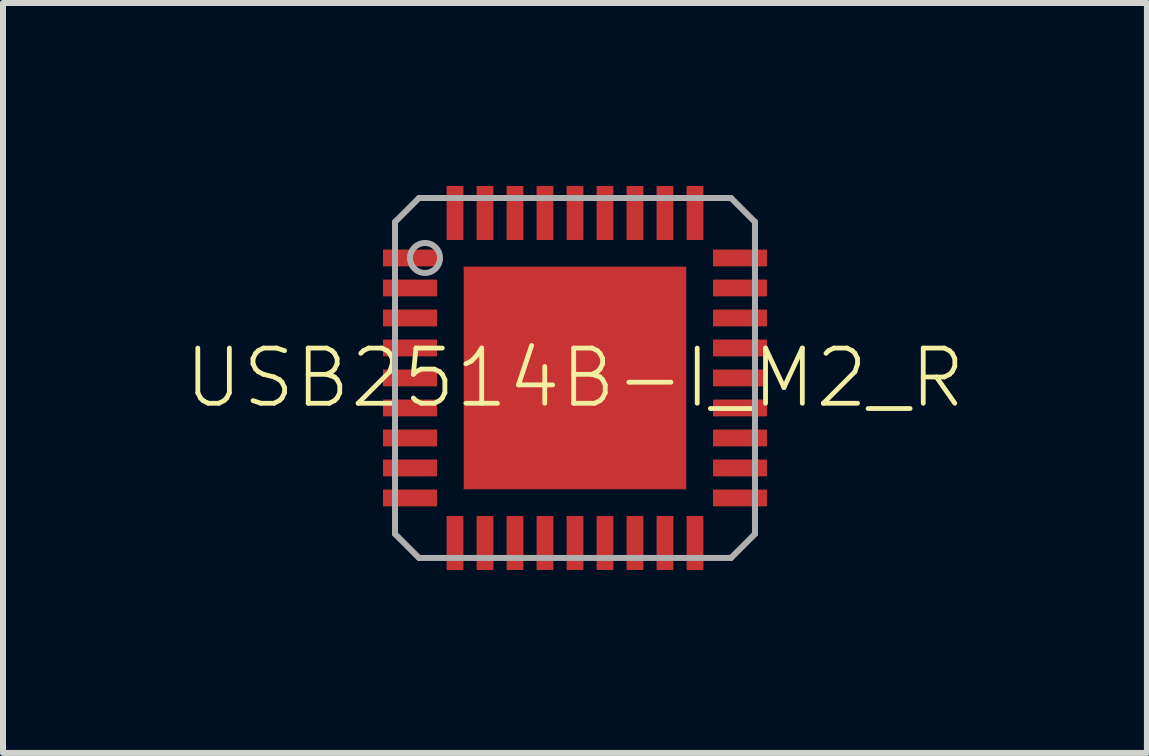
<source format=kicad_pcb>
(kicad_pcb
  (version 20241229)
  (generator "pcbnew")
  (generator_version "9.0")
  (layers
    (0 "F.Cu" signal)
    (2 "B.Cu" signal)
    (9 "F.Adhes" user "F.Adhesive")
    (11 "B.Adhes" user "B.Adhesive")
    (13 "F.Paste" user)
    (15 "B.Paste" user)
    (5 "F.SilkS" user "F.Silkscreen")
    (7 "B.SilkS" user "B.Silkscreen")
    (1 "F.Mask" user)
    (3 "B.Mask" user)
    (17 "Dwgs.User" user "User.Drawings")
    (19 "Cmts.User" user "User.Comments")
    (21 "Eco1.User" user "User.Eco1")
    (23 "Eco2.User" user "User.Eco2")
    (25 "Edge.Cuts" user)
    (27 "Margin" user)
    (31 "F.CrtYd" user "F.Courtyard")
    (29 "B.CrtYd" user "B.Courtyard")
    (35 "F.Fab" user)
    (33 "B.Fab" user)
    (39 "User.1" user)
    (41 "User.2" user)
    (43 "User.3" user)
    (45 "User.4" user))
  (footprint "USB2514B-I_M2_R"
    (layer "F.Cu")
    (at 6.534 3.25)
    (property "Reference" "USB2514B-I_M2_R" (at 0 0 0) (unlocked yes) (layer "F.SilkS") (effects (font (size 0.92 0.92) (thickness 0.08))))
    (fp_line (start -1.85 -1.85) (end -1.85 1.85) (stroke (width 0.01) (type solid)) (layer "F.Cu"))
    (fp_line (start -1.85 1.85) (end 1.85 1.85) (stroke (width 0.01) (type solid)) (layer "F.Cu"))
    (fp_line (start 1.85 -1.85) (end -1.85 -1.85) (stroke (width 0.01) (type solid)) (layer "F.Cu"))
    (fp_line (start 1.85 1.85) (end 1.85 -1.85) (stroke (width 0.01) (type solid)) (layer "F.Cu"))
    (fp_poly (pts (xy -3.25 -1.81) (xy -2.25 -1.81) (xy -2.25 -2.19) (xy -3.25 -2.19)) (stroke (width 0) (type default)) (fill yes) (layer "F.Mask"))
    (fp_poly (pts (xy -3.25 -1.31) (xy -2.25 -1.31) (xy -2.25 -1.69) (xy -3.25 -1.69)) (stroke (width 0) (type default)) (fill yes) (layer "F.Mask"))
    (fp_poly (pts (xy -3.25 -0.81) (xy -2.25 -0.81) (xy -2.25 -1.19) (xy -3.25 -1.19)) (stroke (width 0) (type default)) (fill yes) (layer "F.Mask"))
    (fp_poly (pts (xy -3.25 -0.31) (xy -2.25 -0.31) (xy -2.25 -0.69) (xy -3.25 -0.69)) (stroke (width 0) (type default)) (fill yes) (layer "F.Mask"))
    (fp_poly (pts (xy -3.25 0.19) (xy -2.25 0.19) (xy -2.25 -0.19) (xy -3.25 -0.19)) (stroke (width 0) (type default)) (fill yes) (layer "F.Mask"))
    (fp_poly (pts (xy -3.25 0.69) (xy -2.25 0.69) (xy -2.25 0.31) (xy -3.25 0.31)) (stroke (width 0) (type default)) (fill yes) (layer "F.Mask"))
    (fp_poly (pts (xy -3.25 1.19) (xy -2.25 1.19) (xy -2.25 0.81) (xy -3.25 0.81)) (stroke (width 0) (type default)) (fill yes) (layer "F.Mask"))
    (fp_poly (pts (xy -3.25 1.69) (xy -2.25 1.69) (xy -2.25 1.31) (xy -3.25 1.31)) (stroke (width 0) (type default)) (fill yes) (layer "F.Mask"))
    (fp_poly (pts (xy -3.25 2.19) (xy -2.25 2.19) (xy -2.25 1.81) (xy -3.25 1.81)) (stroke (width 0) (type default)) (fill yes) (layer "F.Mask"))
    (fp_poly (pts (xy -1.81 -2.25) (xy -1.81 -3.25) (xy -2.19 -3.25) (xy -2.19 -2.25)) (stroke (width 0) (type default)) (fill yes) (layer "F.Mask"))
    (fp_poly (pts (xy -1.81 3.25) (xy -1.81 2.25) (xy -2.19 2.25) (xy -2.19 3.25)) (stroke (width 0) (type default)) (fill yes) (layer "F.Mask"))
    (fp_poly (pts (xy -1.31 -2.25) (xy -1.31 -3.25) (xy -1.69 -3.25) (xy -1.69 -2.25)) (stroke (width 0) (type default)) (fill yes) (layer "F.Mask"))
    (fp_poly (pts (xy -1.31 3.25) (xy -1.31 2.25) (xy -1.69 2.25) (xy -1.69 3.25)) (stroke (width 0) (type default)) (fill yes) (layer "F.Mask"))
    (fp_poly (pts (xy -0.81 -2.25) (xy -0.81 -3.25) (xy -1.19 -3.25) (xy -1.19 -2.25)) (stroke (width 0) (type default)) (fill yes) (layer "F.Mask"))
    (fp_poly (pts (xy -0.81 3.25) (xy -0.81 2.25) (xy -1.19 2.25) (xy -1.19 3.25)) (stroke (width 0) (type default)) (fill yes) (layer "F.Mask"))
    (fp_poly (pts (xy -0.31 -2.25) (xy -0.31 -3.25) (xy -0.69 -3.25) (xy -0.69 -2.25)) (stroke (width 0) (type default)) (fill yes) (layer "F.Mask"))
    (fp_poly (pts (xy -0.31 3.25) (xy -0.31 2.25) (xy -0.69 2.25) (xy -0.69 3.25)) (stroke (width 0) (type default)) (fill yes) (layer "F.Mask"))
    (fp_poly (pts (xy 0.19 -2.25) (xy 0.19 -3.25) (xy -0.19 -3.25) (xy -0.19 -2.25)) (stroke (width 0) (type default)) (fill yes) (layer "F.Mask"))
    (fp_poly (pts (xy 0.19 3.25) (xy 0.19 2.25) (xy -0.19 2.25) (xy -0.19 3.25)) (stroke (width 0) (type default)) (fill yes) (layer "F.Mask"))
    (fp_poly (pts (xy 0.69 -2.25) (xy 0.69 -3.25) (xy 0.31 -3.25) (xy 0.31 -2.25)) (stroke (width 0) (type default)) (fill yes) (layer "F.Mask"))
    (fp_poly (pts (xy 0.69 3.25) (xy 0.69 2.25) (xy 0.31 2.25) (xy 0.31 3.25)) (stroke (width 0) (type default)) (fill yes) (layer "F.Mask"))
    (fp_poly (pts (xy 1.19 -2.25) (xy 1.19 -3.25) (xy 0.81 -3.25) (xy 0.81 -2.25)) (stroke (width 0) (type default)) (fill yes) (layer "F.Mask"))
    (fp_poly (pts (xy 1.19 3.25) (xy 1.19 2.25) (xy 0.81 2.25) (xy 0.81 3.25)) (stroke (width 0) (type default)) (fill yes) (layer "F.Mask"))
    (fp_poly (pts (xy 1.69 -2.25) (xy 1.69 -3.25) (xy 1.31 -3.25) (xy 1.31 -2.25)) (stroke (width 0) (type default)) (fill yes) (layer "F.Mask"))
    (fp_poly (pts (xy 1.69 3.25) (xy 1.69 2.25) (xy 1.31 2.25) (xy 1.31 3.25)) (stroke (width 0) (type default)) (fill yes) (layer "F.Mask"))
    (fp_poly (pts (xy 2.19 -2.25) (xy 2.19 -3.25) (xy 1.81 -3.25) (xy 1.81 -2.25)) (stroke (width 0) (type default)) (fill yes) (layer "F.Mask"))
    (fp_poly (pts (xy 2.19 3.25) (xy 2.19 2.25) (xy 1.81 2.25) (xy 1.81 3.25)) (stroke (width 0) (type default)) (fill yes) (layer "F.Mask"))
    (fp_poly (pts (xy 3.25 -2.19) (xy 2.25 -2.19) (xy 2.25 -1.81) (xy 3.25 -1.81)) (stroke (width 0) (type default)) (fill yes) (layer "F.Mask"))
    (fp_poly (pts (xy 3.25 -1.69) (xy 2.25 -1.69) (xy 2.25 -1.31) (xy 3.25 -1.31)) (stroke (width 0) (type default)) (fill yes) (layer "F.Mask"))
    (fp_poly (pts (xy 3.25 -1.19) (xy 2.25 -1.19) (xy 2.25 -0.81) (xy 3.25 -0.81)) (stroke (width 0) (type default)) (fill yes) (layer "F.Mask"))
    (fp_poly (pts (xy 3.25 -0.69) (xy 2.25 -0.69) (xy 2.25 -0.31) (xy 3.25 -0.31)) (stroke (width 0) (type default)) (fill yes) (layer "F.Mask"))
    (fp_poly (pts (xy 3.25 -0.19) (xy 2.25 -0.19) (xy 2.25 0.19) (xy 3.25 0.19)) (stroke (width 0) (type default)) (fill yes) (layer "F.Mask"))
    (fp_poly (pts (xy 3.25 0.31) (xy 2.25 0.31) (xy 2.25 0.69) (xy 3.25 0.69)) (stroke (width 0) (type default)) (fill yes) (layer "F.Mask"))
    (fp_poly (pts (xy 3.25 0.81) (xy 2.25 0.81) (xy 2.25 1.19) (xy 3.25 1.19)) (stroke (width 0) (type default)) (fill yes) (layer "F.Mask"))
    (fp_poly (pts (xy 3.25 1.31) (xy 2.25 1.31) (xy 2.25 1.69) (xy 3.25 1.69)) (stroke (width 0) (type default)) (fill yes) (layer "F.Mask"))
    (fp_poly (pts (xy 3.25 1.81) (xy 2.25 1.81) (xy 2.25 2.19) (xy 3.25 2.19)) (stroke (width 0) (type default)) (fill yes) (layer "F.Mask"))
    (fp_line (start -3 -2.6) (end -3 2.6) (stroke (width 0.1) (type solid)) (layer "F.Fab"))
    (fp_line (start -3 -2.6) (end -2.6 -3) (stroke (width 0.1) (type solid)) (layer "F.Fab"))
    (fp_line (start -3 2.6) (end -2.6 3) (stroke (width 0.1) (type solid)) (layer "F.Fab"))
    (fp_line (start -2.6 3) (end 2.6 3) (stroke (width 0.1) (type solid)) (layer "F.Fab"))
    (fp_line (start 2.6 -3) (end -2.6 -3) (stroke (width 0.1) (type solid)) (layer "F.Fab"))
    (fp_line (start 2.6 -3) (end 3 -2.6) (stroke (width 0.1) (type solid)) (layer "F.Fab"))
    (fp_line (start 2.6 3) (end 3 2.6) (stroke (width 0.1) (type solid)) (layer "F.Fab"))
    (fp_line (start 3 2.6) (end 3 -2.6) (stroke (width 0.1) (type solid)) (layer "F.Fab"))
    (fp_circle (center -2.5 -2) (end -2.25 -2) (stroke (width 0.1) (type solid)) (fill no) (layer "F.Fab"))
    (pad "1" smd rect (at -2.75 -2) (size 0.9 0.28) (layers "F.Cu" "F.Paste"))
    (pad "2" smd rect (at -2.75 -1.5) (size 0.9 0.28) (layers "F.Cu" "F.Paste"))
    (pad "3" smd rect (at -2.75 -1) (size 0.9 0.28) (layers "F.Cu" "F.Paste"))
    (pad "4" smd rect (at -2.75 -0.5) (size 0.9 0.28) (layers "F.Cu" "F.Paste"))
    (pad "5" smd rect (at -2.75 0) (size 0.9 0.28) (layers "F.Cu" "F.Paste"))
    (pad "6" smd rect (at -2.75 0.5) (size 0.9 0.28) (layers "F.Cu" "F.Paste"))
    (pad "7" smd rect (at -2.75 1) (size 0.9 0.28) (layers "F.Cu" "F.Paste"))
    (pad "8" smd rect (at -2.75 1.5) (size 0.9 0.28) (layers "F.Cu" "F.Paste"))
    (pad "9" smd rect (at -2.75 2) (size 0.9 0.28) (layers "F.Cu" "F.Paste"))
    (pad "10" smd rect (at -2 2.75 90) (size 0.9 0.28) (layers "F.Cu" "F.Paste"))
    (pad "11" smd rect (at -1.5 2.75 90) (size 0.9 0.28) (layers "F.Cu" "F.Paste"))
    (pad "12" smd rect (at -1 2.75 90) (size 0.9 0.28) (layers "F.Cu" "F.Paste"))
    (pad "13" smd rect (at -0.5 2.75 90) (size 0.9 0.28) (layers "F.Cu" "F.Paste"))
    (pad "14" smd rect (at 0 2.75 90) (size 0.9 0.28) (layers "F.Cu" "F.Paste"))
    (pad "15" smd rect (at 0.5 2.75 90) (size 0.9 0.28) (layers "F.Cu" "F.Paste"))
    (pad "16" smd rect (at 1 2.75 90) (size 0.9 0.28) (layers "F.Cu" "F.Paste"))
    (pad "17" smd rect (at 1.5 2.75 90) (size 0.9 0.28) (layers "F.Cu" "F.Paste"))
    (pad "18" smd rect (at 2 2.75 90) (size 0.9 0.28) (layers "F.Cu" "F.Paste"))
    (pad "19" smd rect (at 2.75 2) (size 0.9 0.28) (layers "F.Cu" "F.Paste"))
    (pad "20" smd rect (at 2.75 1.5) (size 0.9 0.28) (layers "F.Cu" "F.Paste"))
    (pad "21" smd rect (at 2.75 1) (size 0.9 0.28) (layers "F.Cu" "F.Paste"))
    (pad "22" smd rect (at 2.75 0.5) (size 0.9 0.28) (layers "F.Cu" "F.Paste"))
    (pad "23" smd rect (at 2.75 0) (size 0.9 0.28) (layers "F.Cu" "F.Paste"))
    (pad "24" smd rect (at 2.75 -0.5) (size 0.9 0.28) (layers "F.Cu" "F.Paste"))
    (pad "25" smd rect (at 2.75 -1) (size 0.9 0.28) (layers "F.Cu" "F.Paste"))
    (pad "26" smd rect (at 2.75 -1.5) (size 0.9 0.28) (layers "F.Cu" "F.Paste"))
    (pad "27" smd rect (at 2.75 -2) (size 0.9 0.28) (layers "F.Cu" "F.Paste"))
    (pad "28" smd rect (at 2 -2.75 90) (size 0.9 0.28) (layers "F.Cu" "F.Paste"))
    (pad "29" smd rect (at 1.5 -2.75 90) (size 0.9 0.28) (layers "F.Cu" "F.Paste"))
    (pad "30" smd rect (at 1 -2.75 90) (size 0.9 0.28) (layers "F.Cu" "F.Paste"))
    (pad "31" smd rect (at 0.5 -2.75 90) (size 0.9 0.28) (layers "F.Cu" "F.Paste"))
    (pad "32" smd rect (at 0 -2.75 90) (size 0.9 0.28) (layers "F.Cu" "F.Paste"))
    (pad "33" smd rect (at -0.5 -2.75 90) (size 0.9 0.28) (layers "F.Cu" "F.Paste"))
    (pad "34" smd rect (at -1 -2.75 90) (size 0.9 0.28) (layers "F.Cu" "F.Paste"))
    (pad "35" smd rect (at -1.5 -2.75 90) (size 0.9 0.28) (layers "F.Cu" "F.Paste"))
    (pad "36" smd rect (at -2 -2.75 90) (size 0.9 0.28) (layers "F.Cu" "F.Paste"))
    (pad "37" smd rect (at 0 0) (size 3.7 3.7) (layers "F.Cu" "F.Mask" "F.Paste")))
  (gr_rect
    (start -3 -3)
    (end 16.067 9.5)
    (stroke (width 0.1) (type default))
    (fill no)
    (layer "Edge.Cuts")))
</source>
